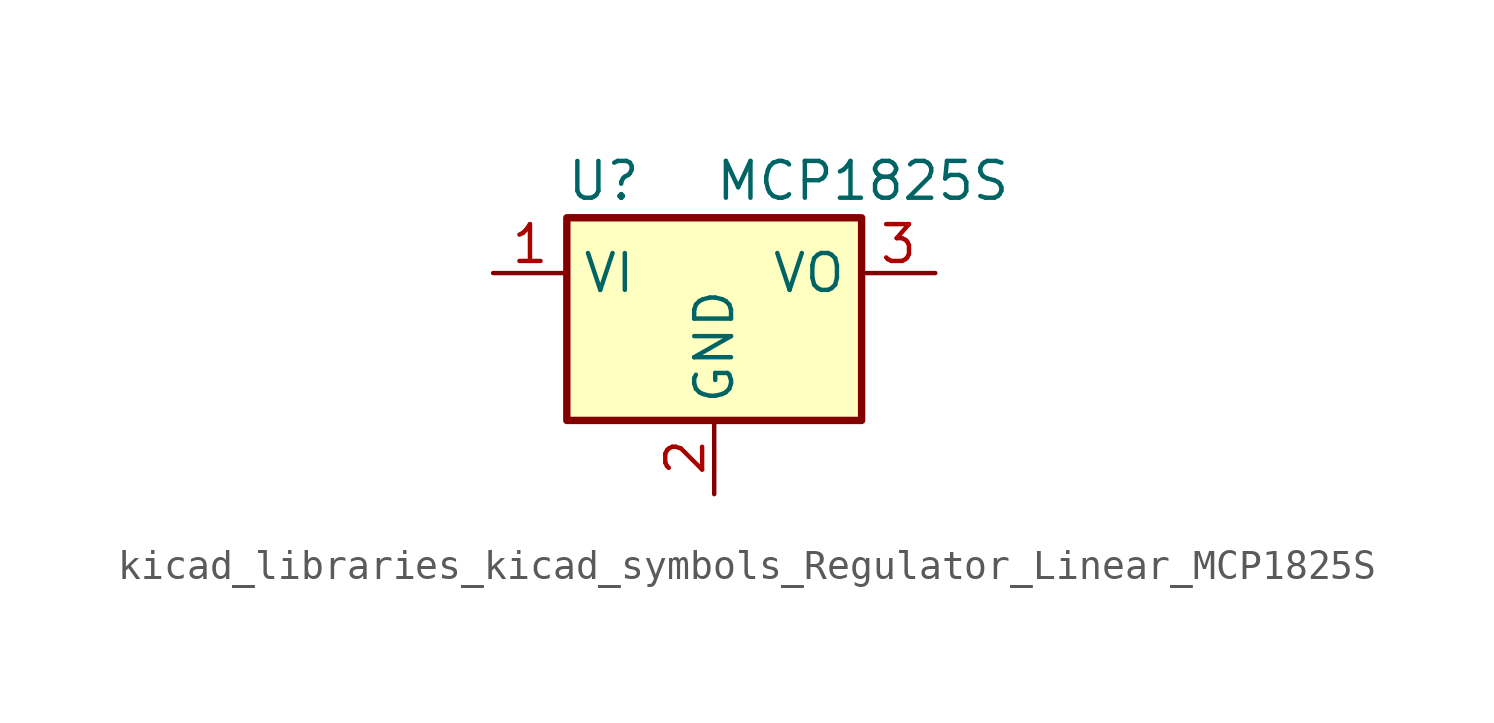
<source format=kicad_sym>
(kicad_symbol_lib
  (version 20220914)
  (generator kicad_symbol_editor)
  (symbol "kicad_libraries_kicad_symbols_Regulator_Linear_MCP1825S"
    (property "Reference" "U"
      (at -3.81 3.175 0)
      (effects (font (size 1.27 1.27))))
    (property "Value" "MCP1825S"
      (at 0 3.175 0)
      (effects (font (size 1.27 1.27)) (justify left)))
    (symbol "kicad_libraries_kicad_symbols_Regulator_Linear_MCP1825S_0_1"
      (rectangle (start -5.08 1.905) (end 5.08 -5.08) (stroke (width 0.254) (type default)) (fill (type background))))
    (symbol "kicad_libraries_kicad_symbols_Regulator_Linear_MCP1825S_1_1"
      (pin power_in line (at -7.62 0 0) (length 2.54) (name "VI" (effects (font (size 1.27 1.27)))) (number "1" (effects (font (size 1.27 1.27)))))
      (pin power_in line (at 0 -7.62 90) (length 2.54) (name "GND" (effects (font (size 1.27 1.27)))) (number "2" (effects (font (size 1.27 1.27)))))
      (pin power_out line (at 7.62 0 180) (length 2.54) (name "VO" (effects (font (size 1.27 1.27)))) (number "3" (effects (font (size 1.27 1.27))))))))
</source>
